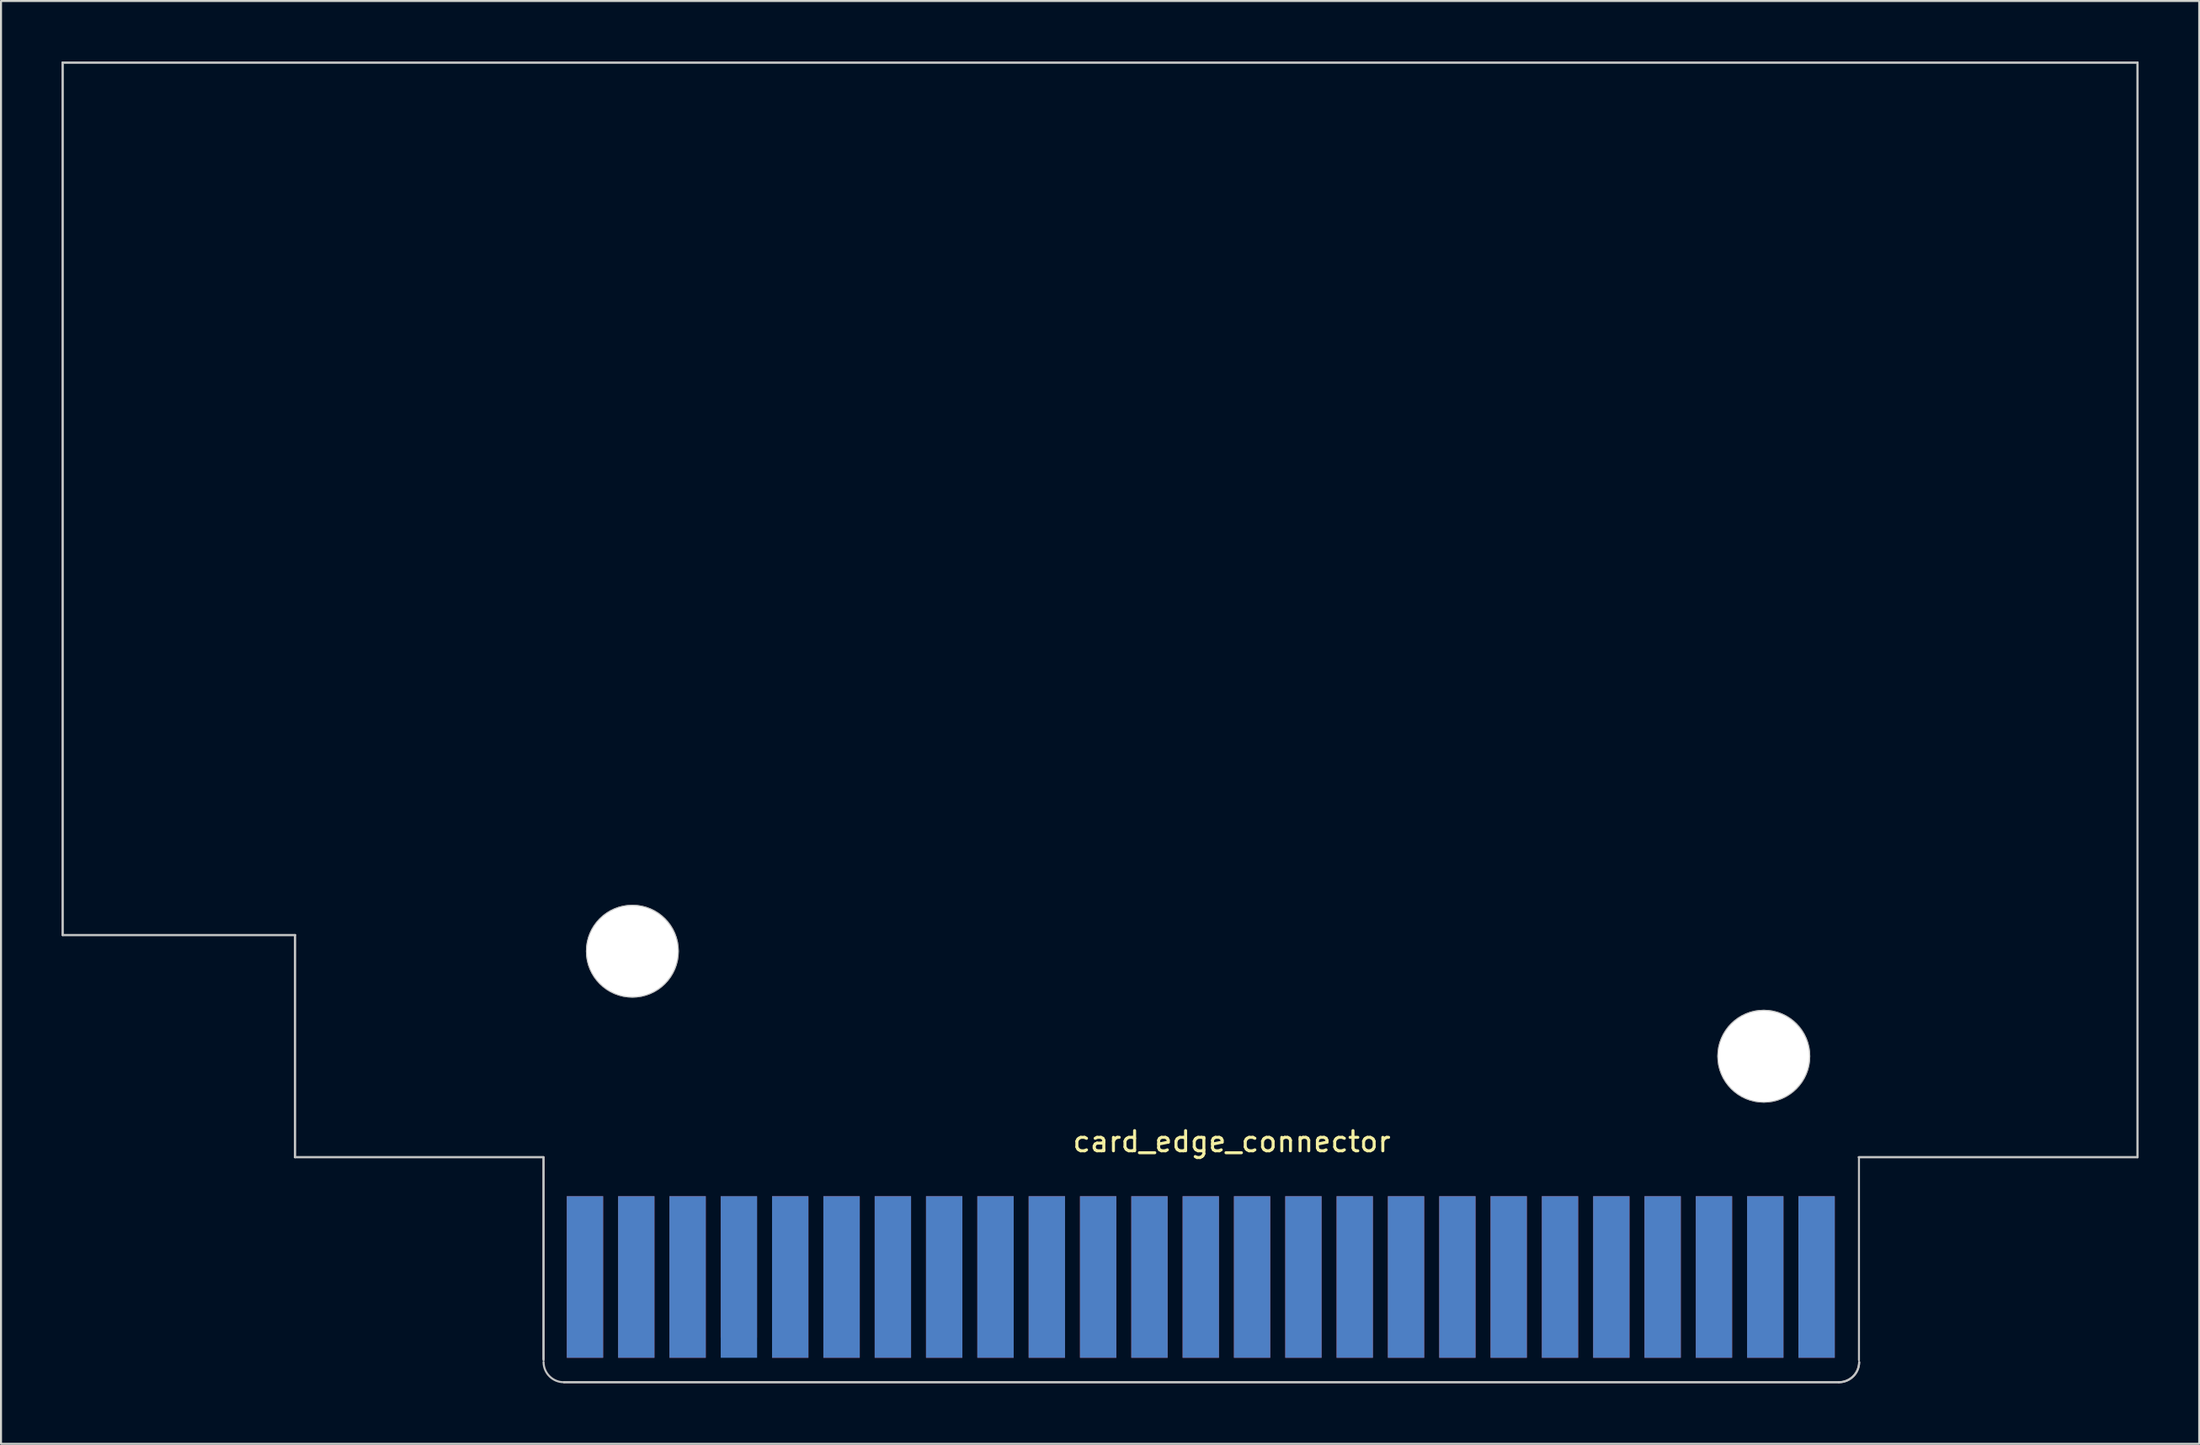
<source format=kicad_pcb>
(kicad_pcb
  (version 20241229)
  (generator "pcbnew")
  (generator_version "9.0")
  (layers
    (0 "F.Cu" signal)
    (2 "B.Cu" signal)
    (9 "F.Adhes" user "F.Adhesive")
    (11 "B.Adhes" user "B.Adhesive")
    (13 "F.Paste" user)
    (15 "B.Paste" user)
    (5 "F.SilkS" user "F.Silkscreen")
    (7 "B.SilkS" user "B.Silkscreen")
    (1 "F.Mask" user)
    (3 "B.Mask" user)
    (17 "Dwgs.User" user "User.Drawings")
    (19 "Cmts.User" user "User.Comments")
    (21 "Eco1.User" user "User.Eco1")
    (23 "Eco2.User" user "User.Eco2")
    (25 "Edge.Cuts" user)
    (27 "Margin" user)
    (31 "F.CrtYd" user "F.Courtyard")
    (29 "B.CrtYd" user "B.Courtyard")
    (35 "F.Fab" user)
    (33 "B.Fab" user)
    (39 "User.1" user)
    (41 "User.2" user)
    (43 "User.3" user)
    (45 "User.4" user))
  (footprint "card_edge_connector"
    (layer "F.Cu")
    (at 55.123 57.035)
    (property "Reference" "card_edge_connector" (at 2.794 -3.556 0) (layer "F.SilkS") (effects (font (size 1 1) (thickness 0.15))))
    (attr through_hole)
    (fp_line (start -55.073 -56.985) (end -55.073 -13.785) (stroke (width 0.1) (type solid)) (layer "Dwgs.User"))
    (fp_line (start -55.073 -56.985) (end -55.073 -13.785) (stroke (width 0.1) (type solid)) (layer "Dwgs.User"))
    (fp_line (start -55.073 -13.785) (end -43.573 -13.785) (stroke (width 0.1) (type solid)) (layer "Dwgs.User"))
    (fp_line (start -55.073 -13.785) (end -43.573 -13.785) (stroke (width 0.1) (type solid)) (layer "Dwgs.User"))
    (fp_line (start -43.573 -13.785) (end -43.573 -2.785) (stroke (width 0.1) (type solid)) (layer "Dwgs.User"))
    (fp_line (start -43.573 -13.785) (end -43.573 -2.785) (stroke (width 0.1) (type solid)) (layer "Dwgs.User"))
    (fp_line (start -43.573 -2.785) (end -31.273 -2.785) (stroke (width 0.1) (type solid)) (layer "Dwgs.User"))
    (fp_line (start -43.573 -2.785) (end -31.273 -2.785) (stroke (width 0.1) (type solid)) (layer "Dwgs.User"))
    (fp_line (start -31.273 -2.785) (end -31.273 7.215) (stroke (width 0.1) (type solid)) (layer "Dwgs.User"))
    (fp_line (start -31.268 -2.724) (end -31.268 7.276) (stroke (width 0.1) (type solid)) (layer "Dwgs.User"))
    (fp_line (start -30.253 8.357) (end 32.847 8.357) (stroke (width 0.1) (type solid)) (layer "Dwgs.User"))
    (fp_line (start -30.253 8.357) (end 32.847 8.357) (stroke (width 0.1) (type solid)) (layer "Dwgs.User"))
    (fp_line (start 33.827 -2.785) (end 47.627 -2.785) (stroke (width 0.1) (type solid)) (layer "Dwgs.User"))
    (fp_line (start 33.827 -2.785) (end 47.627 -2.785) (stroke (width 0.1) (type solid)) (layer "Dwgs.User"))
    (fp_line (start 33.837 7.263) (end 33.837 -2.737) (stroke (width 0.1) (type solid)) (layer "Dwgs.User"))
    (fp_line (start 47.627 -56.985) (end -55.073 -56.985) (stroke (width 0.1) (type solid)) (layer "Dwgs.User"))
    (fp_line (start 47.627 -56.985) (end -55.073 -56.985) (stroke (width 0.1) (type solid)) (layer "Dwgs.User"))
    (fp_line (start 47.627 -2.785) (end 47.627 -56.985) (stroke (width 0.1) (type solid)) (layer "Dwgs.User"))
    (fp_line (start 47.627 -2.785) (end 47.627 -56.985) (stroke (width 0.1) (type solid)) (layer "Dwgs.User"))
    (fp_arc (start -30.268375 8.356852) (mid -30.975482 8.063959) (end -31.268375 7.356852) (stroke (width 0.1) (type solid)) (layer "Dwgs.User"))
    (fp_arc (start 33.846865 7.356852) (mid 33.553972 8.063959) (end 32.846865 8.356852) (stroke (width 0.1) (type solid)) (layer "Dwgs.User"))
    (fp_arc (start 33.846865 7.356852) (mid 33.553972 8.063959) (end 32.846865 8.356852) (stroke (width 0.1) (type solid)) (layer "Dwgs.User"))
    (fp_circle (center -26.873 -12.985) (end -25.523 -12.985) (stroke (width 0.1) (type solid)) (fill no) (layer "Dwgs.User"))
    (fp_circle (center -26.873 -12.985) (end -25.523 -12.985) (stroke (width 0.1) (type solid)) (fill no) (layer "Dwgs.User"))
    (fp_circle (center -26.873 -12.985) (end -24.623 -12.985) (stroke (width 0.1) (type solid)) (fill no) (layer "Dwgs.User"))
    (fp_circle (center -26.873 -12.985) (end -24.623 -12.985) (stroke (width 0.1) (type solid)) (fill no) (layer "Dwgs.User"))
    (fp_circle (center 29.127 -7.785) (end 30.477 -7.785) (stroke (width 0.1) (type solid)) (fill no) (layer "Dwgs.User"))
    (fp_circle (center 29.127 -7.785) (end 30.477 -7.785) (stroke (width 0.1) (type solid)) (fill no) (layer "Dwgs.User"))
    (fp_circle (center 29.127 -7.785) (end 31.377 -7.785) (stroke (width 0.1) (type solid)) (fill no) (layer "Dwgs.User"))
    (fp_circle (center 29.127 -7.785) (end 31.377 -7.785) (stroke (width 0.1) (type solid)) (fill no) (layer "Dwgs.User"))
    (pad "" np_thru_hole circle (at -26.876 -12.984) (size 4.5 4.5) (drill 4.5) (layers "*.Cu" "*.Mask" "F.SilkS"))
    (pad "" np_thru_hole circle (at 29.124 -7.783) (size 4.5 4.5) (drill 4.5) (layers "*.Cu" "*.Mask" "F.SilkS"))
    (pad "1" connect rect (at 31.74 3.147) (size 1.8 8) (layers "B.Cu" "B.Mask"))
    (pad "2" connect rect (at 31.74 3.147) (size 1.8 8) (layers "F.Cu" "F.Mask"))
    (pad "3" connect rect (at 29.2 3.147) (size 1.8 8) (layers "B.Cu" "B.Mask"))
    (pad "4" connect rect (at 29.2 3.147) (size 1.8 8) (layers "F.Cu" "F.Mask"))
    (pad "5" connect rect (at 26.66 3.147) (size 1.8 8) (layers "B.Cu" "B.Mask"))
    (pad "6" connect rect (at 26.66 3.147) (size 1.8 8) (layers "F.Cu" "F.Mask"))
    (pad "7" connect rect (at 24.12 3.147) (size 1.8 8) (layers "B.Cu" "B.Mask"))
    (pad "8" connect rect (at 24.12 3.147) (size 1.8 8) (layers "F.Cu" "F.Mask"))
    (pad "9" connect rect (at 21.58 3.147) (size 1.8 8) (layers "B.Cu" "B.Mask"))
    (pad "10" connect rect (at 21.58 3.147) (size 1.8 8) (layers "F.Cu" "F.Mask"))
    (pad "11" connect rect (at 19.04 3.147) (size 1.8 8) (layers "B.Cu" "B.Mask"))
    (pad "12" connect rect (at 19.04 3.147) (size 1.8 8) (layers "F.Cu" "F.Mask"))
    (pad "13" connect rect (at 16.5 3.147) (size 1.8 8) (layers "B.Cu" "B.Mask"))
    (pad "14" connect rect (at 16.5 3.147) (size 1.8 8) (layers "F.Cu" "F.Mask"))
    (pad "15" connect rect (at 13.96 3.147) (size 1.8 8) (layers "B.Cu" "B.Mask"))
    (pad "16" connect rect (at 13.96 3.147) (size 1.8 8) (layers "F.Cu" "F.Mask"))
    (pad "17" connect rect (at 11.42 3.147) (size 1.8 8) (layers "B.Cu" "B.Mask"))
    (pad "18" connect rect (at 11.42 3.147) (size 1.8 8) (layers "F.Cu" "F.Mask"))
    (pad "19" connect rect (at 8.88 3.147) (size 1.8 8) (layers "B.Cu" "B.Mask"))
    (pad "20" connect rect (at 8.88 3.147) (size 1.8 8) (layers "F.Cu" "F.Mask"))
    (pad "21" connect rect (at 6.34 3.147) (size 1.8 8) (layers "B.Cu" "B.Mask"))
    (pad "22" connect rect (at 6.34 3.147) (size 1.8 8) (layers "F.Cu" "F.Mask"))
    (pad "23" connect rect (at 3.8 3.147) (size 1.8 8) (layers "B.Cu" "B.Mask"))
    (pad "24" connect rect (at 3.8 3.147) (size 1.8 8) (layers "F.Cu" "F.Mask"))
    (pad "25" connect rect (at 1.26 3.147) (size 1.8 8) (layers "B.Cu" "B.Mask"))
    (pad "26" connect rect (at 1.26 3.147) (size 1.8 8) (layers "F.Cu" "F.Mask"))
    (pad "27" connect rect (at -1.28 3.147) (size 1.8 8) (layers "B.Cu" "B.Mask"))
    (pad "28" connect rect (at -1.28 3.147) (size 1.8 8) (layers "F.Cu" "F.Mask"))
    (pad "29" connect rect (at -3.82 3.147) (size 1.8 8) (layers "B.Cu" "B.Mask"))
    (pad "30" connect rect (at -3.82 3.147) (size 1.8 8) (layers "F.Cu" "F.Mask"))
    (pad "31" connect rect (at -6.36 3.147) (size 1.8 8) (layers "B.Cu" "B.Mask"))
    (pad "32" connect rect (at -6.36 3.147) (size 1.8 8) (layers "F.Cu" "F.Mask"))
    (pad "33" connect rect (at -8.9 3.147) (size 1.8 8) (layers "B.Cu" "B.Mask"))
    (pad "34" connect rect (at -8.9 3.147) (size 1.8 8) (layers "F.Cu" "F.Mask"))
    (pad "35" connect rect (at -11.44 3.147) (size 1.8 8) (layers "B.Cu" "B.Mask"))
    (pad "36" connect rect (at -11.44 3.147) (size 1.8 8) (layers "F.Cu" "F.Mask"))
    (pad "37" connect rect (at -13.98 3.147) (size 1.8 8) (layers "B.Cu" "B.Mask"))
    (pad "38" connect rect (at -13.98 3.147) (size 1.8 8) (layers "F.Cu" "F.Mask"))
    (pad "39" connect rect (at -16.52 3.147) (size 1.8 8) (layers "B.Cu" "B.Mask"))
    (pad "40" connect rect (at -16.52 3.147) (size 1.8 8) (layers "F.Cu" "F.Mask"))
    (pad "41" connect rect (at -19.06 3.147) (size 1.8 8) (layers "B.Cu" "B.Mask"))
    (pad "42" connect rect (at -19.06 3.147) (size 1.8 8) (layers "F.Cu" "F.Mask"))
    (pad "43" connect rect (at -21.6 3.147) (size 1.8 8) (layers "B.Cu" "B.Mask"))
    (pad "44" connect rect (at -21.605 2.655) (size 1.8 7) (layers "F.Cu" "F.Mask"))
    (pad "45" connect rect (at -24.14 3.147) (size 1.8 8) (layers "B.Cu" "B.Mask"))
    (pad "46" connect rect (at -24.14 3.147) (size 1.8 8) (layers "F.Cu" "F.Mask"))
    (pad "47" connect rect (at -26.68 3.147) (size 1.8 8) (layers "B.Cu" "B.Mask"))
    (pad "48" connect rect (at -26.68 3.147) (size 1.8 8) (layers "F.Cu" "F.Mask"))
    (pad "49" connect rect (at -29.22 3.147) (size 1.8 8) (layers "B.Cu" "B.Mask"))
    (pad "50" connect rect (at -29.22 3.147) (size 1.8 8) (layers "F.Cu" "F.Mask")))
  (gr_rect
    (start -3 -3)
    (end 105.8 68.442)
    (stroke (width 0.1) (type default))
    (fill no)
    (layer "Edge.Cuts")))
</source>
